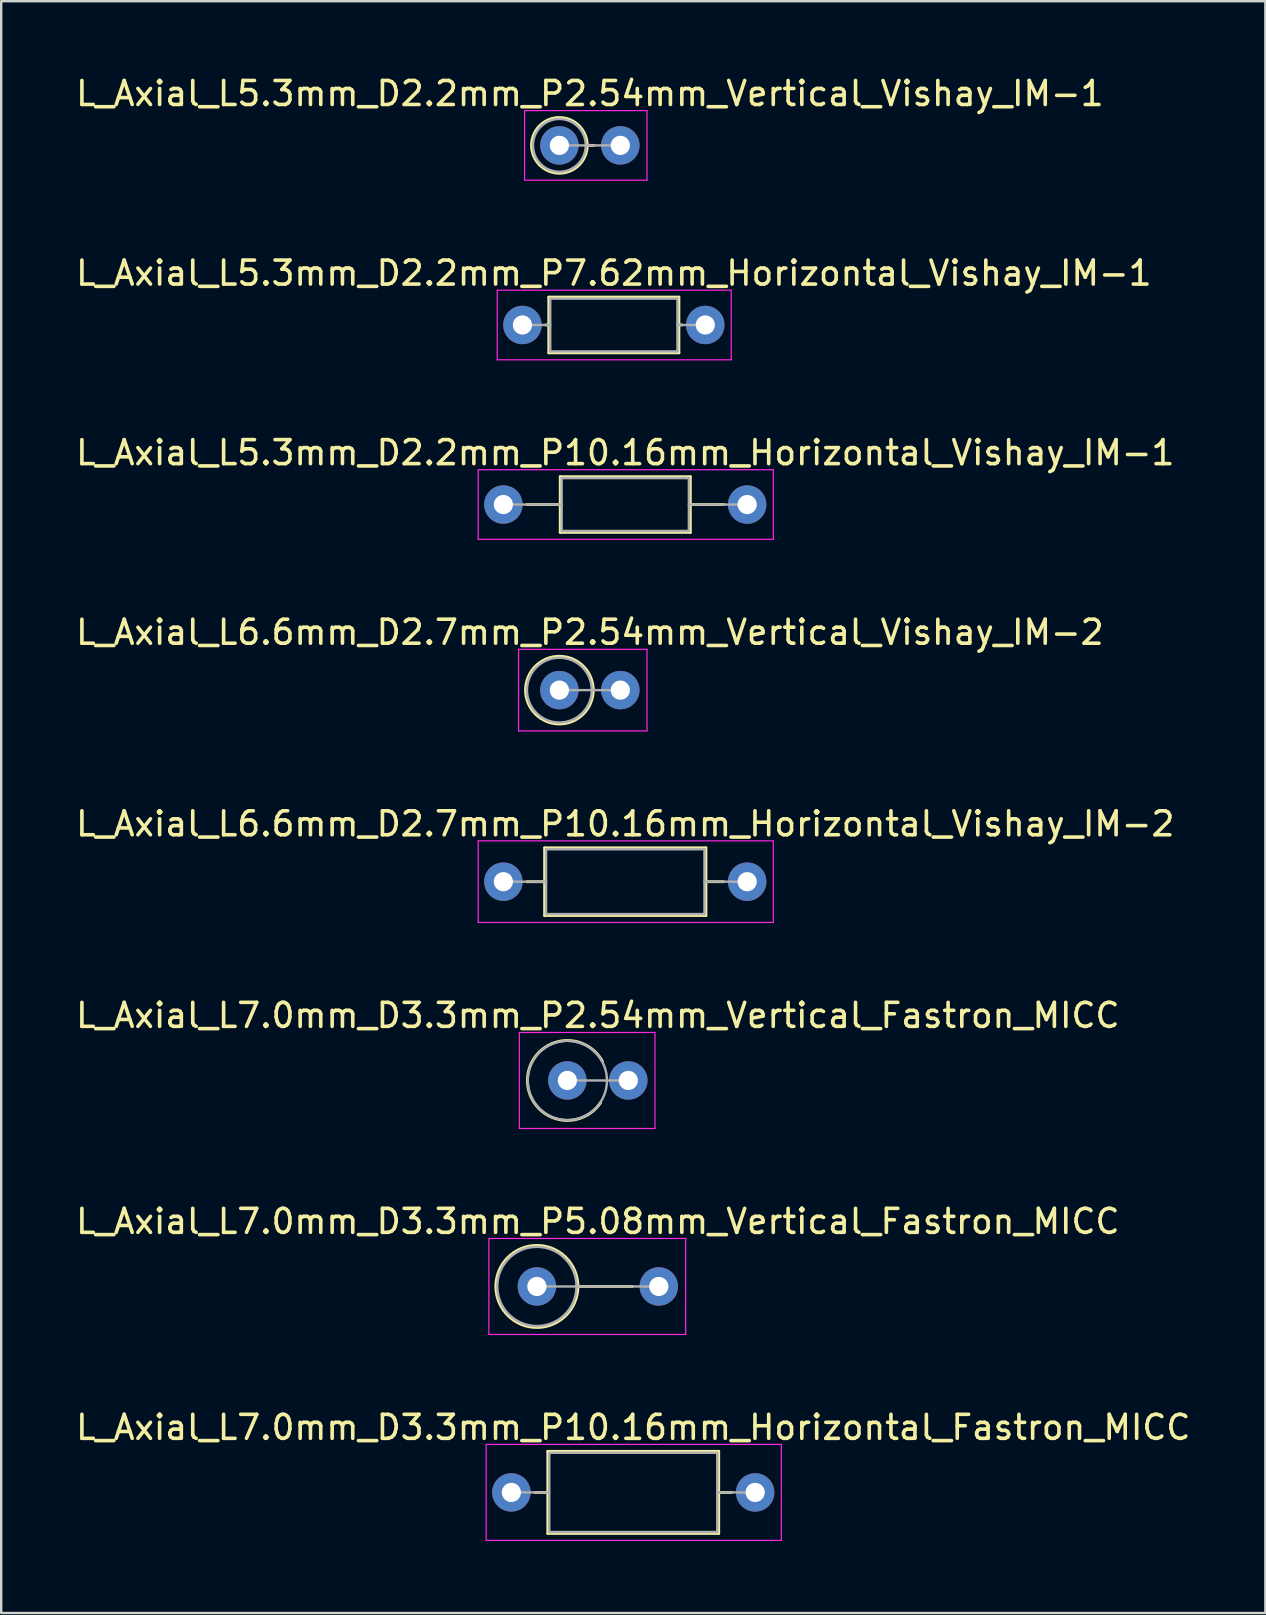
<source format=kicad_pcb>
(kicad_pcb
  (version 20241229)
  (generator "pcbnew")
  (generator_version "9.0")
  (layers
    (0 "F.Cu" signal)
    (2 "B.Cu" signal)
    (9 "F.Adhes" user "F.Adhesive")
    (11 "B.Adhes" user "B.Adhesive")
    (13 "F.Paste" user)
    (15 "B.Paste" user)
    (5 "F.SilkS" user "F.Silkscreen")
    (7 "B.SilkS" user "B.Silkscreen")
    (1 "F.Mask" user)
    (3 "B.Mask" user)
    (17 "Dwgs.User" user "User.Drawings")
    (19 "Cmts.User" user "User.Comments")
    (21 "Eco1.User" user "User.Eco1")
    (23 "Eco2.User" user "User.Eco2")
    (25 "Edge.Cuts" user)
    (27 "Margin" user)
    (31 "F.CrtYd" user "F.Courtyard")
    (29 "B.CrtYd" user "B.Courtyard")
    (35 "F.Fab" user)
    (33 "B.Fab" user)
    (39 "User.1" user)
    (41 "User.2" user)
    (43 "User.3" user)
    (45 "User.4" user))
  (footprint "L_Axial_L5.3mm_D2.2mm_P2.54mm_Vertical_Vishay_IM-1"
    (layer "F.Cu")
    (at 20.26 3.008)
    (property "Reference" "L_Axial_L5.3mm_D2.2mm_P2.54mm_Vertical_Vishay_IM-1" (at 1.27 -2.16 0) (layer "F.SilkS") (effects (font (size 1 1) (thickness 0.15))))
    (attr through_hole)
    (fp_line (start 1.16 0) (end 1.44 0) (stroke (width 0.12) (type solid)) (layer "F.SilkS"))
    (fp_circle (center 0 0) (end 1.16 0) (stroke (width 0.12) (type solid)) (fill no) (layer "F.SilkS"))
    (fp_line (start -1.45 -1.45) (end -1.45 1.45) (stroke (width 0.05) (type solid)) (layer "F.CrtYd"))
    (fp_line (start -1.45 1.45) (end 3.65 1.45) (stroke (width 0.05) (type solid)) (layer "F.CrtYd"))
    (fp_line (start 3.65 -1.45) (end -1.45 -1.45) (stroke (width 0.05) (type solid)) (layer "F.CrtYd"))
    (fp_line (start 3.65 1.45) (end 3.65 -1.45) (stroke (width 0.05) (type solid)) (layer "F.CrtYd"))
    (fp_line (start 0 0) (end 2.54 0) (stroke (width 0.1) (type solid)) (layer "F.Fab"))
    (fp_circle (center 0 0) (end 1.1 0) (stroke (width 0.1) (type solid)) (fill no) (layer "F.Fab"))
    (pad "1" thru_hole circle (at 0 0) (size 1.6 1.6) (drill 0.8) (layers "*.Cu" "*.Mask"))
    (pad "2" thru_hole oval (at 2.54 0) (size 1.6 1.6) (drill 0.8) (layers "*.Cu" "*.Mask")))
  (footprint "L_Axial_L6.6mm_D2.7mm_P2.54mm_Vertical_Vishay_IM-2"
    (layer "F.Cu")
    (at 20.26 25.708)
    (property "Reference" "L_Axial_L6.6mm_D2.7mm_P2.54mm_Vertical_Vishay_IM-2" (at 1.27 -2.41 0) (layer "F.SilkS") (effects (font (size 1 1) (thickness 0.15))))
    (attr through_hole)
    (fp_line (start 1.41 0) (end 1.44 0) (stroke (width 0.12) (type solid)) (layer "F.SilkS"))
    (fp_circle (center 0 0) (end 1.41 0) (stroke (width 0.12) (type solid)) (fill no) (layer "F.SilkS"))
    (fp_line (start -1.7 -1.7) (end -1.7 1.7) (stroke (width 0.05) (type solid)) (layer "F.CrtYd"))
    (fp_line (start -1.7 1.7) (end 3.65 1.7) (stroke (width 0.05) (type solid)) (layer "F.CrtYd"))
    (fp_line (start 3.65 -1.7) (end -1.7 -1.7) (stroke (width 0.05) (type solid)) (layer "F.CrtYd"))
    (fp_line (start 3.65 1.7) (end 3.65 -1.7) (stroke (width 0.05) (type solid)) (layer "F.CrtYd"))
    (fp_line (start 0 0) (end 2.54 0) (stroke (width 0.1) (type solid)) (layer "F.Fab"))
    (fp_circle (center 0 0) (end 1.35 0) (stroke (width 0.1) (type solid)) (fill no) (layer "F.Fab"))
    (pad "1" thru_hole circle (at 0 0) (size 1.6 1.6) (drill 0.8) (layers "*.Cu" "*.Mask"))
    (pad "2" thru_hole oval (at 2.54 0) (size 1.6 1.6) (drill 0.8) (layers "*.Cu" "*.Mask")))
  (footprint "L_Axial_L5.3mm_D2.2mm_P10.16mm_Horizontal_Vishay_IM-1"
    (layer "F.Cu")
    (at 17.926 17.975)
    (property "Reference" "L_Axial_L5.3mm_D2.2mm_P10.16mm_Horizontal_Vishay_IM-1" (at 5.08 -2.16 0) (layer "F.SilkS") (effects (font (size 1 1) (thickness 0.15))))
    (attr through_hole)
    (fp_line (start 0.98 0) (end 2.37 0) (stroke (width 0.12) (type solid)) (layer "F.SilkS"))
    (fp_line (start 2.37 -1.16) (end 2.37 1.16) (stroke (width 0.12) (type solid)) (layer "F.SilkS"))
    (fp_line (start 2.37 1.16) (end 7.79 1.16) (stroke (width 0.12) (type solid)) (layer "F.SilkS"))
    (fp_line (start 7.79 -1.16) (end 2.37 -1.16) (stroke (width 0.12) (type solid)) (layer "F.SilkS"))
    (fp_line (start 7.79 1.16) (end 7.79 -1.16) (stroke (width 0.12) (type solid)) (layer "F.SilkS"))
    (fp_line (start 9.18 0) (end 7.79 0) (stroke (width 0.12) (type solid)) (layer "F.SilkS"))
    (fp_line (start -1.05 -1.45) (end -1.05 1.45) (stroke (width 0.05) (type solid)) (layer "F.CrtYd"))
    (fp_line (start -1.05 1.45) (end 11.25 1.45) (stroke (width 0.05) (type solid)) (layer "F.CrtYd"))
    (fp_line (start 11.25 -1.45) (end -1.05 -1.45) (stroke (width 0.05) (type solid)) (layer "F.CrtYd"))
    (fp_line (start 11.25 1.45) (end 11.25 -1.45) (stroke (width 0.05) (type solid)) (layer "F.CrtYd"))
    (fp_line (start 0 0) (end 2.43 0) (stroke (width 0.1) (type solid)) (layer "F.Fab"))
    (fp_line (start 2.43 -1.1) (end 2.43 1.1) (stroke (width 0.1) (type solid)) (layer "F.Fab"))
    (fp_line (start 2.43 1.1) (end 7.73 1.1) (stroke (width 0.1) (type solid)) (layer "F.Fab"))
    (fp_line (start 7.73 -1.1) (end 2.43 -1.1) (stroke (width 0.1) (type solid)) (layer "F.Fab"))
    (fp_line (start 7.73 1.1) (end 7.73 -1.1) (stroke (width 0.1) (type solid)) (layer "F.Fab"))
    (fp_line (start 10.16 0) (end 7.73 0) (stroke (width 0.1) (type solid)) (layer "F.Fab"))
    (pad "1" thru_hole circle (at 0 0) (size 1.6 1.6) (drill 0.8) (layers "*.Cu" "*.Mask"))
    (pad "2" thru_hole oval (at 10.16 0) (size 1.6 1.6) (drill 0.8) (layers "*.Cu" "*.Mask")))
  (footprint "L_Axial_L7.0mm_D3.3mm_P5.08mm_Vertical_Fastron_MICC"
    (layer "F.Cu")
    (at 19.323 50.558)
    (property "Reference" "L_Axial_L7.0mm_D3.3mm_P5.08mm_Vertical_Fastron_MICC" (at 2.54 -2.71 0) (layer "F.SilkS") (effects (font (size 1 1) (thickness 0.15))))
    (attr through_hole)
    (fp_line (start 1.71 0) (end 3.98 0) (stroke (width 0.12) (type solid)) (layer "F.SilkS"))
    (fp_circle (center 0 0) (end 1.71 0) (stroke (width 0.12) (type solid)) (fill no) (layer "F.SilkS"))
    (fp_line (start -2 -2) (end -2 2) (stroke (width 0.05) (type solid)) (layer "F.CrtYd"))
    (fp_line (start -2 2) (end 6.2 2) (stroke (width 0.05) (type solid)) (layer "F.CrtYd"))
    (fp_line (start 6.2 -2) (end -2 -2) (stroke (width 0.05) (type solid)) (layer "F.CrtYd"))
    (fp_line (start 6.2 2) (end 6.2 -2) (stroke (width 0.05) (type solid)) (layer "F.CrtYd"))
    (fp_line (start 0 0) (end 5.08 0) (stroke (width 0.1) (type solid)) (layer "F.Fab"))
    (fp_circle (center 0 0) (end 1.65 0) (stroke (width 0.1) (type solid)) (fill no) (layer "F.Fab"))
    (pad "1" thru_hole circle (at 0 0) (size 1.6 1.6) (drill 0.8) (layers "*.Cu" "*.Mask"))
    (pad "2" thru_hole oval (at 5.08 0) (size 1.6 1.6) (drill 0.8) (layers "*.Cu" "*.Mask")))
  (footprint "L_Axial_L6.6mm_D2.7mm_P10.16mm_Horizontal_Vishay_IM-2"
    (layer "F.Cu")
    (at 17.926 33.691)
    (property "Reference" "L_Axial_L6.6mm_D2.7mm_P10.16mm_Horizontal_Vishay_IM-2" (at 5.08 -2.41 0) (layer "F.SilkS") (effects (font (size 1 1) (thickness 0.15))))
    (attr through_hole)
    (fp_line (start 0.98 0) (end 1.72 0) (stroke (width 0.12) (type solid)) (layer "F.SilkS"))
    (fp_line (start 1.72 -1.41) (end 1.72 1.41) (stroke (width 0.12) (type solid)) (layer "F.SilkS"))
    (fp_line (start 1.72 1.41) (end 8.44 1.41) (stroke (width 0.12) (type solid)) (layer "F.SilkS"))
    (fp_line (start 8.44 -1.41) (end 1.72 -1.41) (stroke (width 0.12) (type solid)) (layer "F.SilkS"))
    (fp_line (start 8.44 1.41) (end 8.44 -1.41) (stroke (width 0.12) (type solid)) (layer "F.SilkS"))
    (fp_line (start 9.18 0) (end 8.44 0) (stroke (width 0.12) (type solid)) (layer "F.SilkS"))
    (fp_line (start -1.05 -1.7) (end -1.05 1.7) (stroke (width 0.05) (type solid)) (layer "F.CrtYd"))
    (fp_line (start -1.05 1.7) (end 11.25 1.7) (stroke (width 0.05) (type solid)) (layer "F.CrtYd"))
    (fp_line (start 11.25 -1.7) (end -1.05 -1.7) (stroke (width 0.05) (type solid)) (layer "F.CrtYd"))
    (fp_line (start 11.25 1.7) (end 11.25 -1.7) (stroke (width 0.05) (type solid)) (layer "F.CrtYd"))
    (fp_line (start 0 0) (end 1.78 0) (stroke (width 0.1) (type solid)) (layer "F.Fab"))
    (fp_line (start 1.78 -1.35) (end 1.78 1.35) (stroke (width 0.1) (type solid)) (layer "F.Fab"))
    (fp_line (start 1.78 1.35) (end 8.38 1.35) (stroke (width 0.1) (type solid)) (layer "F.Fab"))
    (fp_line (start 8.38 -1.35) (end 1.78 -1.35) (stroke (width 0.1) (type solid)) (layer "F.Fab"))
    (fp_line (start 8.38 1.35) (end 8.38 -1.35) (stroke (width 0.1) (type solid)) (layer "F.Fab"))
    (fp_line (start 10.16 0) (end 8.38 0) (stroke (width 0.1) (type solid)) (layer "F.Fab"))
    (pad "1" thru_hole circle (at 0 0) (size 1.6 1.6) (drill 0.8) (layers "*.Cu" "*.Mask"))
    (pad "2" thru_hole oval (at 10.16 0) (size 1.6 1.6) (drill 0.8) (layers "*.Cu" "*.Mask")))
  (footprint "L_Axial_L7.0mm_D3.3mm_P2.54mm_Vertical_Fastron_MICC"
    (layer "F.Cu")
    (at 20.593 41.974)
    (property "Reference" "L_Axial_L7.0mm_D3.3mm_P2.54mm_Vertical_Fastron_MICC" (at 1.27 -2.71 0) (layer "F.SilkS") (effects (font (size 1 1) (thickness 0.15))))
    (attr through_hole)
    (fp_arc (start 1.380585 0.930583) (mid -1.663176 -0.076453) (end 1.460137 -0.8) (stroke (width 0.12) (type solid)) (layer "F.SilkS"))
    (fp_line (start -2 -2) (end -2 2) (stroke (width 0.05) (type solid)) (layer "F.CrtYd"))
    (fp_line (start -2 2) (end 3.65 2) (stroke (width 0.05) (type solid)) (layer "F.CrtYd"))
    (fp_line (start 3.65 -2) (end -2 -2) (stroke (width 0.05) (type solid)) (layer "F.CrtYd"))
    (fp_line (start 3.65 2) (end 3.65 -2) (stroke (width 0.05) (type solid)) (layer "F.CrtYd"))
    (fp_line (start 0 0) (end 2.54 0) (stroke (width 0.1) (type solid)) (layer "F.Fab"))
    (fp_circle (center 0 0) (end 1.65 0) (stroke (width 0.1) (type solid)) (fill no) (layer "F.Fab"))
    (pad "1" thru_hole circle (at 0 0) (size 1.6 1.6) (drill 0.8) (layers "*.Cu" "*.Mask"))
    (pad "2" thru_hole oval (at 2.54 0) (size 1.6 1.6) (drill 0.8) (layers "*.Cu" "*.Mask")))
  (footprint "L_Axial_L7.0mm_D3.3mm_P10.16mm_Horizontal_Fastron_MICC"
    (layer "F.Cu")
    (at 18.259 59.141)
    (property "Reference" "L_Axial_L7.0mm_D3.3mm_P10.16mm_Horizontal_Fastron_MICC" (at 5.08 -2.71 0) (layer "F.SilkS") (effects (font (size 1 1) (thickness 0.15))))
    (attr through_hole)
    (fp_line (start 0.98 0) (end 1.52 0) (stroke (width 0.12) (type solid)) (layer "F.SilkS"))
    (fp_line (start 1.52 -1.71) (end 1.52 1.71) (stroke (width 0.12) (type solid)) (layer "F.SilkS"))
    (fp_line (start 1.52 1.71) (end 8.64 1.71) (stroke (width 0.12) (type solid)) (layer "F.SilkS"))
    (fp_line (start 8.64 -1.71) (end 1.52 -1.71) (stroke (width 0.12) (type solid)) (layer "F.SilkS"))
    (fp_line (start 8.64 1.71) (end 8.64 -1.71) (stroke (width 0.12) (type solid)) (layer "F.SilkS"))
    (fp_line (start 9.18 0) (end 8.64 0) (stroke (width 0.12) (type solid)) (layer "F.SilkS"))
    (fp_line (start -1.05 -2) (end -1.05 2) (stroke (width 0.05) (type solid)) (layer "F.CrtYd"))
    (fp_line (start -1.05 2) (end 11.25 2) (stroke (width 0.05) (type solid)) (layer "F.CrtYd"))
    (fp_line (start 11.25 -2) (end -1.05 -2) (stroke (width 0.05) (type solid)) (layer "F.CrtYd"))
    (fp_line (start 11.25 2) (end 11.25 -2) (stroke (width 0.05) (type solid)) (layer "F.CrtYd"))
    (fp_line (start 0 0) (end 1.58 0) (stroke (width 0.1) (type solid)) (layer "F.Fab"))
    (fp_line (start 1.58 -1.65) (end 1.58 1.65) (stroke (width 0.1) (type solid)) (layer "F.Fab"))
    (fp_line (start 1.58 1.65) (end 8.58 1.65) (stroke (width 0.1) (type solid)) (layer "F.Fab"))
    (fp_line (start 8.58 -1.65) (end 1.58 -1.65) (stroke (width 0.1) (type solid)) (layer "F.Fab"))
    (fp_line (start 8.58 1.65) (end 8.58 -1.65) (stroke (width 0.1) (type solid)) (layer "F.Fab"))
    (fp_line (start 10.16 0) (end 8.58 0) (stroke (width 0.1) (type solid)) (layer "F.Fab"))
    (pad "1" thru_hole circle (at 0 0) (size 1.6 1.6) (drill 0.8) (layers "*.Cu" "*.Mask"))
    (pad "2" thru_hole oval (at 10.16 0) (size 1.6 1.6) (drill 0.8) (layers "*.Cu" "*.Mask")))
  (footprint "L_Axial_L5.3mm_D2.2mm_P7.62mm_Horizontal_Vishay_IM-1"
    (layer "F.Cu")
    (at 18.72 10.492)
    (property "Reference" "L_Axial_L5.3mm_D2.2mm_P7.62mm_Horizontal_Vishay_IM-1" (at 3.81 -2.16 0) (layer "F.SilkS") (effects (font (size 1 1) (thickness 0.15))))
    (attr through_hole)
    (fp_line (start 0.98 0) (end 1.1 0) (stroke (width 0.12) (type solid)) (layer "F.SilkS"))
    (fp_line (start 1.1 -1.16) (end 1.1 1.16) (stroke (width 0.12) (type solid)) (layer "F.SilkS"))
    (fp_line (start 1.1 1.16) (end 6.52 1.16) (stroke (width 0.12) (type solid)) (layer "F.SilkS"))
    (fp_line (start 6.52 -1.16) (end 1.1 -1.16) (stroke (width 0.12) (type solid)) (layer "F.SilkS"))
    (fp_line (start 6.52 1.16) (end 6.52 -1.16) (stroke (width 0.12) (type solid)) (layer "F.SilkS"))
    (fp_line (start 6.64 0) (end 6.52 0) (stroke (width 0.12) (type solid)) (layer "F.SilkS"))
    (fp_line (start -1.05 -1.45) (end -1.05 1.45) (stroke (width 0.05) (type solid)) (layer "F.CrtYd"))
    (fp_line (start -1.05 1.45) (end 8.7 1.45) (stroke (width 0.05) (type solid)) (layer "F.CrtYd"))
    (fp_line (start 8.7 -1.45) (end -1.05 -1.45) (stroke (width 0.05) (type solid)) (layer "F.CrtYd"))
    (fp_line (start 8.7 1.45) (end 8.7 -1.45) (stroke (width 0.05) (type solid)) (layer "F.CrtYd"))
    (fp_line (start 0 0) (end 1.16 0) (stroke (width 0.1) (type solid)) (layer "F.Fab"))
    (fp_line (start 1.16 -1.1) (end 1.16 1.1) (stroke (width 0.1) (type solid)) (layer "F.Fab"))
    (fp_line (start 1.16 1.1) (end 6.46 1.1) (stroke (width 0.1) (type solid)) (layer "F.Fab"))
    (fp_line (start 6.46 -1.1) (end 1.16 -1.1) (stroke (width 0.1) (type solid)) (layer "F.Fab"))
    (fp_line (start 6.46 1.1) (end 6.46 -1.1) (stroke (width 0.1) (type solid)) (layer "F.Fab"))
    (fp_line (start 7.62 0) (end 6.46 0) (stroke (width 0.1) (type solid)) (layer "F.Fab"))
    (pad "1" thru_hole circle (at 0 0) (size 1.6 1.6) (drill 0.8) (layers "*.Cu" "*.Mask"))
    (pad "2" thru_hole oval (at 7.62 0) (size 1.6 1.6) (drill 0.8) (layers "*.Cu" "*.Mask")))
  (gr_rect
    (start -3 -3)
    (end 49.679 64.166)
    (stroke (width 0.1) (type default))
    (fill no)
    (layer "Edge.Cuts")))
</source>
